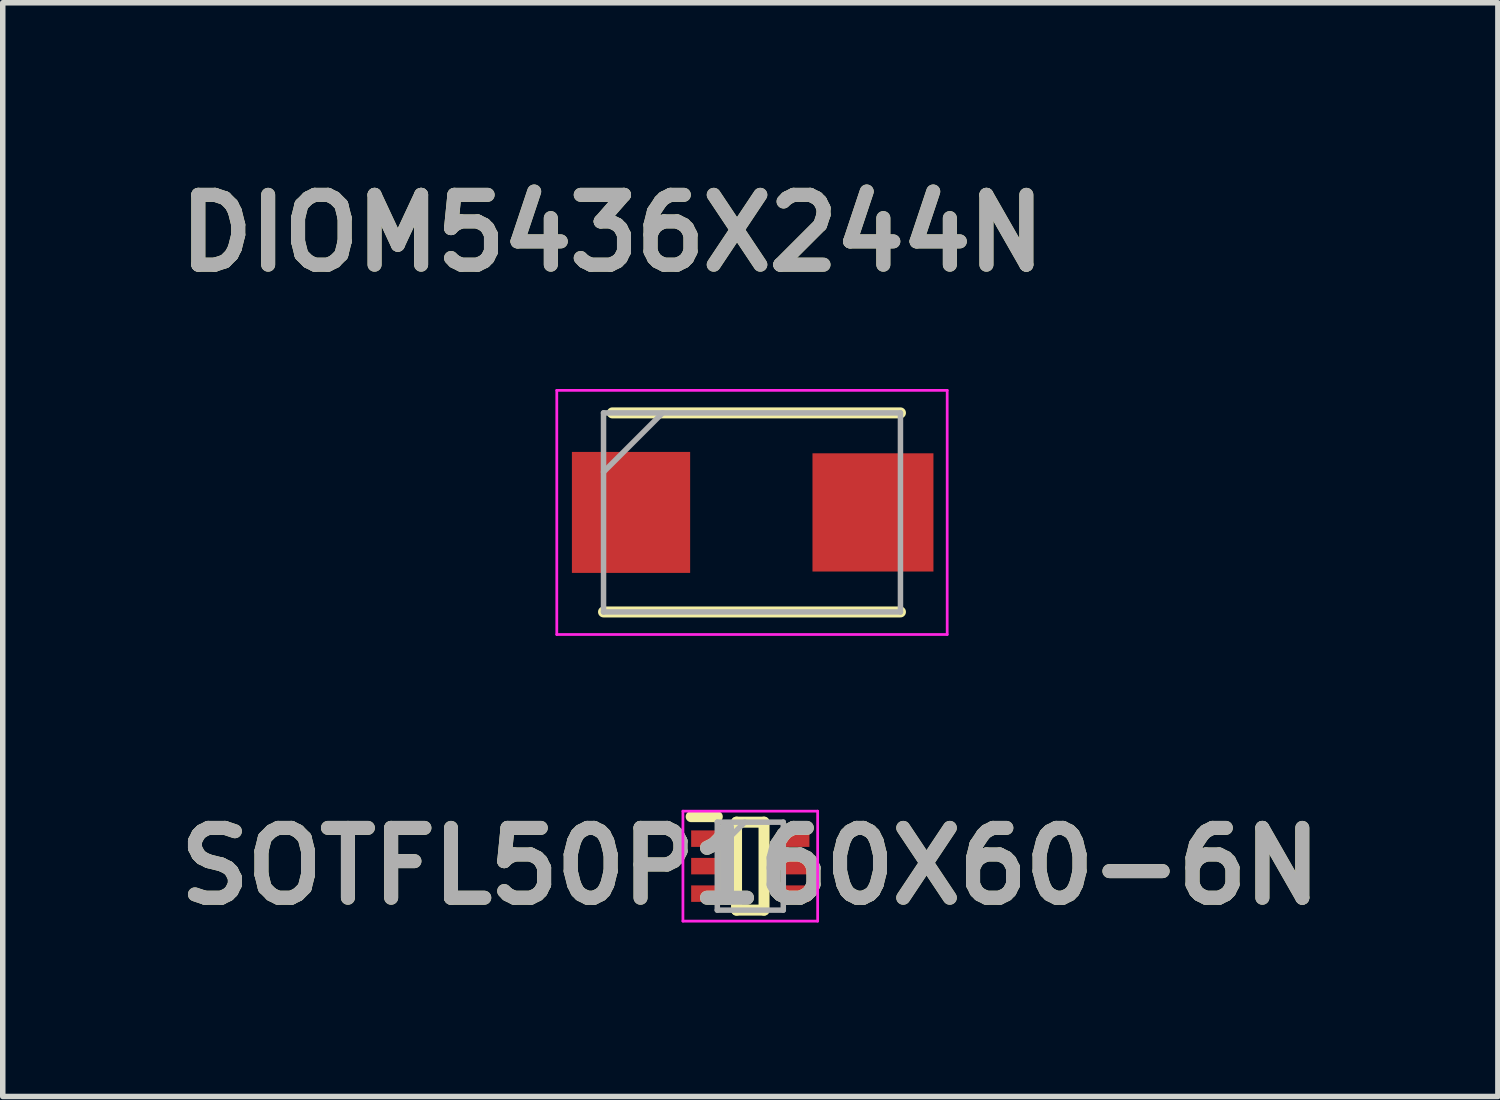
<source format=kicad_pcb>
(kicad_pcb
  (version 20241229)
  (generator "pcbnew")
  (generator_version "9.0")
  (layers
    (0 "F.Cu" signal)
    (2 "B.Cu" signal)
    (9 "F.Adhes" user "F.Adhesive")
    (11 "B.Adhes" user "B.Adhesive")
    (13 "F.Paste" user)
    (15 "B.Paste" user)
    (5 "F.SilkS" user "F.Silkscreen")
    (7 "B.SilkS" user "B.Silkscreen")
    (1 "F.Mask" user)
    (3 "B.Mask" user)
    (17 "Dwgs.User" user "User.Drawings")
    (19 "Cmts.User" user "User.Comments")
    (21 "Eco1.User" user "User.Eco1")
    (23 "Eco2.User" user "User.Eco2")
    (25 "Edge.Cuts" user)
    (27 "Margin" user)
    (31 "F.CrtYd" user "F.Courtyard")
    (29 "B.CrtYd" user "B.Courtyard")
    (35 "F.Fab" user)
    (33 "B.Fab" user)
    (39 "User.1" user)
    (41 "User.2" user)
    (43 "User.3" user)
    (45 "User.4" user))
  (footprint "DIOM5436X244N"
    (layer "F.Cu")
    (at 10.626 6.269)
    (property "Reference" "DIOM5436X244N" (at -2.54 -5.08 0) (layer "F.SilkS") (effects (font (size 1.27 1.27) (thickness 0.254))))
    (attr smd)
    (fp_line (start -2.7 1.81) (end 2.7 1.81) (stroke (width 0.2) (type solid)) (layer "F.SilkS"))
    (fp_line (start 2.7 -1.81) (end -2.54 -1.81) (stroke (width 0.2) (type solid)) (layer "F.SilkS"))
    (fp_line (start -3.55 -2.22) (end 3.55 -2.22) (stroke (width 0.05) (type solid)) (layer "F.CrtYd"))
    (fp_line (start -3.55 2.22) (end -3.55 -2.22) (stroke (width 0.05) (type solid)) (layer "F.CrtYd"))
    (fp_line (start 3.55 -2.22) (end 3.55 2.22) (stroke (width 0.05) (type solid)) (layer "F.CrtYd"))
    (fp_line (start 3.55 2.22) (end -3.55 2.22) (stroke (width 0.05) (type solid)) (layer "F.CrtYd"))
    (fp_line (start -2.7 -1.81) (end 2.7 -1.81) (stroke (width 0.1) (type solid)) (layer "F.Fab"))
    (fp_line (start -2.7 -0.735) (end -1.625 -1.81) (stroke (width 0.1) (type solid)) (layer "F.Fab"))
    (fp_line (start -2.7 1.81) (end -2.7 -1.81) (stroke (width 0.1) (type solid)) (layer "F.Fab"))
    (fp_line (start 2.7 -1.81) (end 2.7 1.81) (stroke (width 0.1) (type solid)) (layer "F.Fab"))
    (fp_line (start 2.7 1.81) (end -2.7 1.81) (stroke (width 0.1) (type solid)) (layer "F.Fab"))
    (fp_text user "${REFERENCE}" (at -2.54 -5.08 0) (layer "F.Fab") (effects (font (size 1.27 1.27) (thickness 0.254))))
    (pad "1" smd rect (at -2.2 0 180) (size 2.15 2.2) (layers "F.Cu" "F.Mask" "F.Paste"))
    (pad "2" smd rect (at 2.2 0 90) (size 2.15 2.2) (layers "F.Cu" "F.Mask" "F.Paste")))
  (footprint "SOTFL50P160X60-6N"
    (layer "F.Cu")
    (at 10.595 12.702)
    (property "Reference" "SOTFL50P160X60-6N" (at 0 0 0) (layer "F.SilkS") (effects (font (size 1.27 1.27) (thickness 0.254))))
    (attr smd)
    (fp_line (start -1.075 -0.9) (end -0.6 -0.9) (stroke (width 0.2) (type solid)) (layer "F.SilkS"))
    (fp_line (start -0.25 -0.8) (end 0.25 -0.8) (stroke (width 0.2) (type solid)) (layer "F.SilkS"))
    (fp_line (start -0.25 0.8) (end -0.25 -0.8) (stroke (width 0.2) (type solid)) (layer "F.SilkS"))
    (fp_line (start 0.25 -0.8) (end 0.25 0.8) (stroke (width 0.2) (type solid)) (layer "F.SilkS"))
    (fp_line (start 0.25 0.8) (end -0.25 0.8) (stroke (width 0.2) (type solid)) (layer "F.SilkS"))
    (fp_line (start -1.225 -1) (end 1.225 -1) (stroke (width 0.05) (type solid)) (layer "F.CrtYd"))
    (fp_line (start -1.225 1) (end -1.225 -1) (stroke (width 0.05) (type solid)) (layer "F.CrtYd"))
    (fp_line (start 1.225 -1) (end 1.225 1) (stroke (width 0.05) (type solid)) (layer "F.CrtYd"))
    (fp_line (start 1.225 1) (end -1.225 1) (stroke (width 0.05) (type solid)) (layer "F.CrtYd"))
    (fp_line (start -0.6 -0.8) (end 0.6 -0.8) (stroke (width 0.1) (type solid)) (layer "F.Fab"))
    (fp_line (start -0.6 -0.3) (end -0.1 -0.8) (stroke (width 0.1) (type solid)) (layer "F.Fab"))
    (fp_line (start -0.6 0.8) (end -0.6 -0.8) (stroke (width 0.1) (type solid)) (layer "F.Fab"))
    (fp_line (start 0.6 -0.8) (end 0.6 0.8) (stroke (width 0.1) (type solid)) (layer "F.Fab"))
    (fp_line (start 0.6 0.8) (end -0.6 0.8) (stroke (width 0.1) (type solid)) (layer "F.Fab"))
    (fp_text user "${REFERENCE}" (at 0 0 0) (layer "F.Fab") (effects (font (size 1.27 1.27) (thickness 0.254))))
    (pad "1" smd rect (at -0.838 -0.5 90) (size 0.3 0.475) (layers "F.Cu" "F.Mask" "F.Paste"))
    (pad "2" smd rect (at -0.838 0 90) (size 0.3 0.475) (layers "F.Cu" "F.Mask" "F.Paste"))
    (pad "3" smd rect (at -0.838 0.5 90) (size 0.3 0.475) (layers "F.Cu" "F.Mask" "F.Paste"))
    (pad "4" smd rect (at 0.838 0.5 90) (size 0.3 0.475) (layers "F.Cu" "F.Mask" "F.Paste"))
    (pad "5" smd rect (at 0.838 0 90) (size 0.3 0.475) (layers "F.Cu" "F.Mask" "F.Paste"))
    (pad "6" smd rect (at 0.838 -0.5 90) (size 0.3 0.475) (layers "F.Cu" "F.Mask" "F.Paste")))
  (gr_rect
    (start -3 -3)
    (end 24.191 16.891)
    (stroke (width 0.1) (type default))
    (fill no)
    (layer "Edge.Cuts")))
</source>
